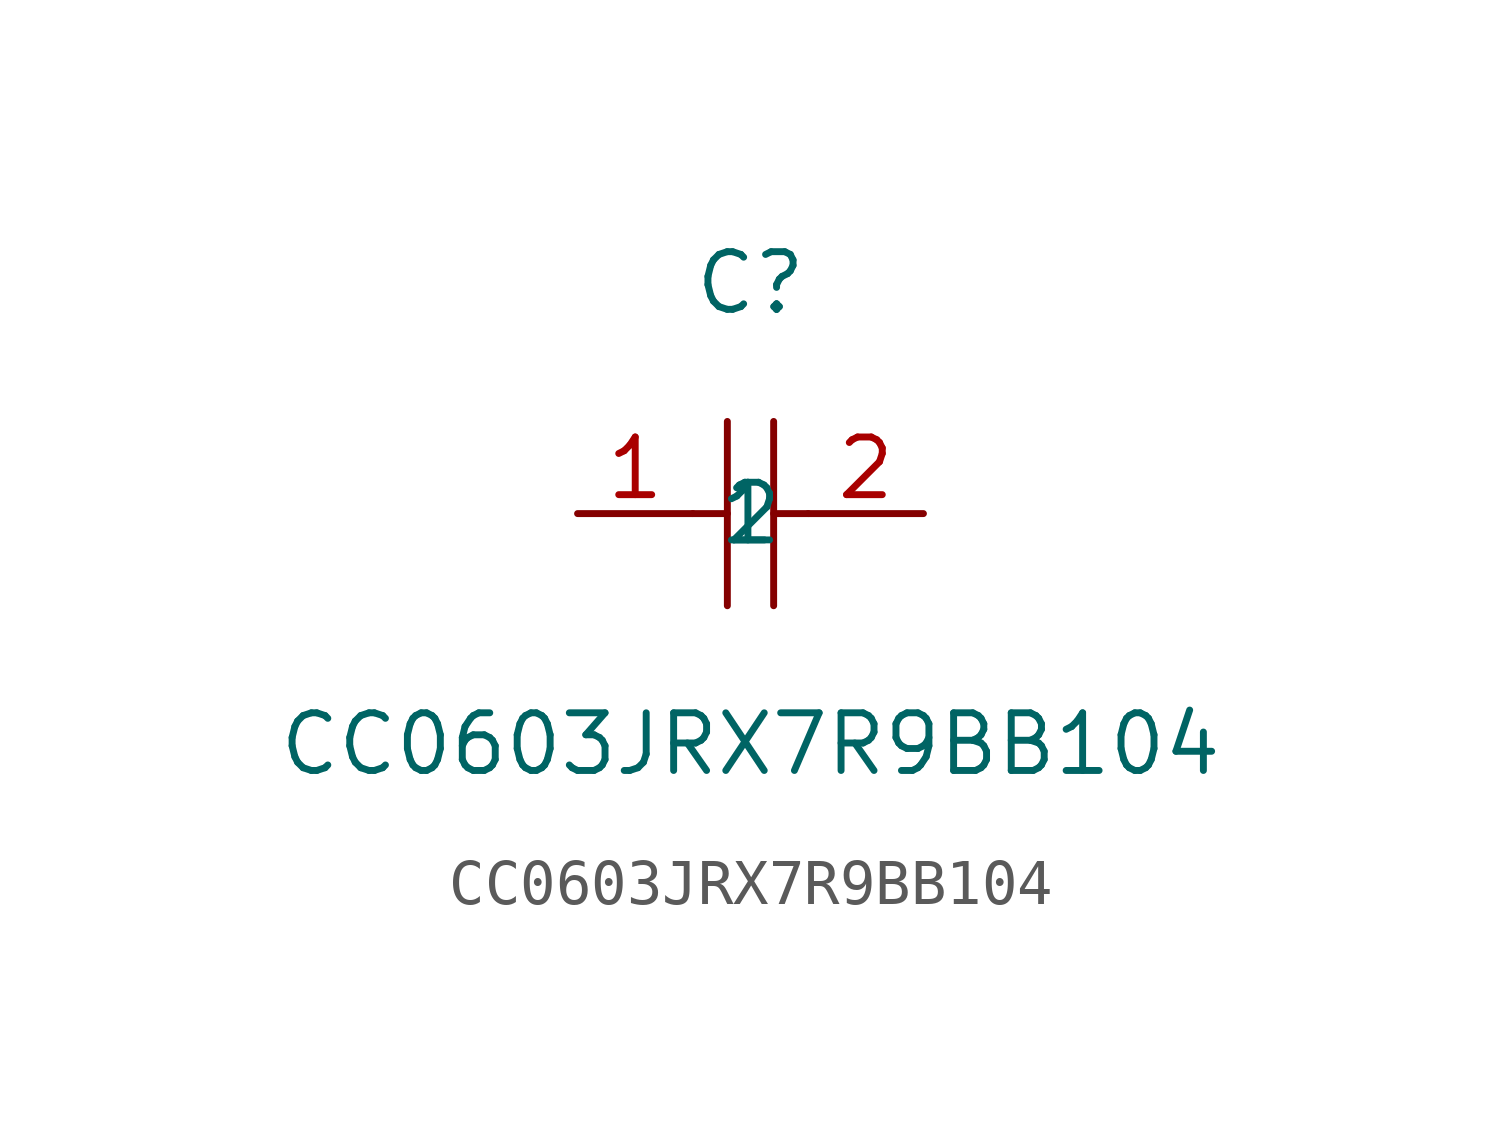
<source format=kicad_sym>
(kicad_symbol_lib
  (version 1)
  (generator "faebryk")
  (symbol "CC0603JRX7R9BB104"
    (property "Reference" "C"
      (at 0 5.08 0)
      (effects (font (size 1.27 1.27)) (hide no)))
    (property "Value" "CC0603JRX7R9BB104"
      (at 0 -5.08 0)
      (effects (font (size 1.27 1.27)) (hide no)))
    (symbol "CC0603JRX7R9BB104_0_1"
      (polyline (stroke (width 0) (type default) (color 0 0 0 0)) (fill (type none)) (pts (xy -0.51 2.03) (xy -0.51 -2.03)))
      (polyline (stroke (width 0) (type default) (color 0 0 0 0)) (fill (type none)) (pts (xy 0.51 2.03) (xy 0.51 -2.03)))
      (polyline (stroke (width 0) (type default) (color 0 0 0 0)) (fill (type none)) (pts (xy -1.27 0) (xy -0.51 0)))
      (polyline (stroke (width 0) (type default) (color 0 0 0 0)) (fill (type none)) (pts (xy 0.51 0) (xy 1.27 0)))
      (pin input line (at -3.81 0 0) (length 2.54) (name "1" (effects (font (size 1.27 1.27)) (hide no))) (number "1" (effects (font (size 1.27 1.27)) (hide no))))
      (pin input line (at 3.81 0 180) (length 2.54) (name "2" (effects (font (size 1.27 1.27)) (hide no))) (number "2" (effects (font (size 1.27 1.27)) (hide no)))))))
</source>
